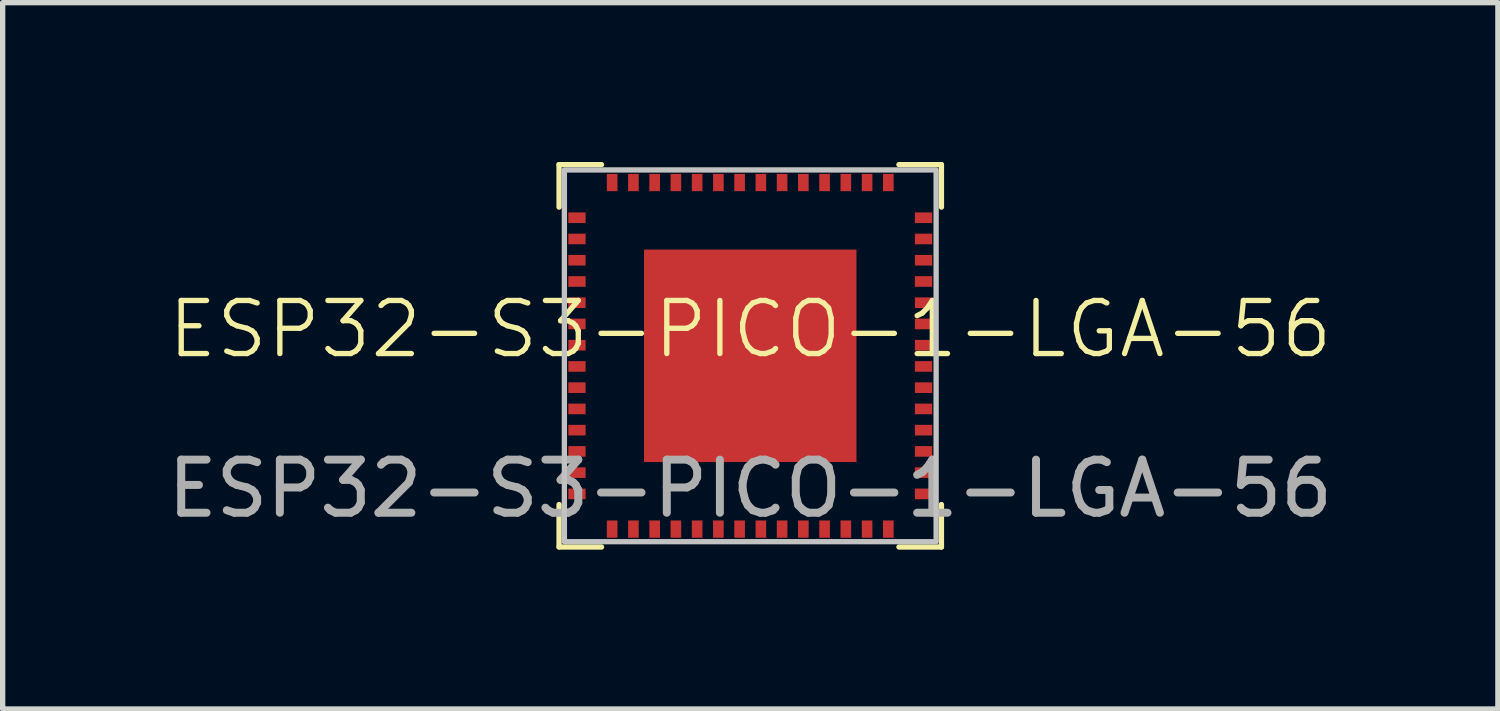
<source format=kicad_pcb>
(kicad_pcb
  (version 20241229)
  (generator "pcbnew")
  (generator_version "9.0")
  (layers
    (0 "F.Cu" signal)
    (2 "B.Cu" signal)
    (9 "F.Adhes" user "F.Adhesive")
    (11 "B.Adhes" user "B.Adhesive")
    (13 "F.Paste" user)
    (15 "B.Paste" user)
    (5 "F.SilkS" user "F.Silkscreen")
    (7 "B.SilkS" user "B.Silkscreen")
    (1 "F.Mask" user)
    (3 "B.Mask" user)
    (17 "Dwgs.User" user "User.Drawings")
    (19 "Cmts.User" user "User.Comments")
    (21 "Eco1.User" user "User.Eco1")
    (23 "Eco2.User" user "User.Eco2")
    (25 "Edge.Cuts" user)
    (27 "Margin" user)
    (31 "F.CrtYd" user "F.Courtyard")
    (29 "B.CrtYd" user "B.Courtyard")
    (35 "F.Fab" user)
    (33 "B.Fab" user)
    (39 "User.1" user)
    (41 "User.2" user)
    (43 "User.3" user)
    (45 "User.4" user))
  (footprint "ESP32-S3-PICO-1-LGA-56"
    (layer "F.Cu")
    (at 11.077 3.65)
    (property "Reference" "ESP32-S3-PICO-1-LGA-56" (at 0 -0.5 0) (unlocked yes) (layer "F.SilkS") (effects (font (size 1 1) (thickness 0.1))))
    (attr smd)
    (fp_line (start -3.6 -3.6) (end -3.6 -2.8) (stroke (width 0.1) (type default)) (layer "F.SilkS"))
    (fp_line (start -3.6 -3.6) (end -2.8 -3.6) (stroke (width 0.1) (type default)) (layer "F.SilkS"))
    (fp_line (start -3.6 3.6) (end -3.6 2.8) (stroke (width 0.1) (type default)) (layer "F.SilkS"))
    (fp_line (start -3.6 3.6) (end -2.8 3.6) (stroke (width 0.1) (type default)) (layer "F.SilkS"))
    (fp_line (start 3.6 -3.6) (end 2.8 -3.6) (stroke (width 0.1) (type default)) (layer "F.SilkS"))
    (fp_line (start 3.6 -3.6) (end 3.6 -2.8) (stroke (width 0.1) (type default)) (layer "F.SilkS"))
    (fp_line (start 3.6 3.6) (end 2.8 3.6) (stroke (width 0.1) (type default)) (layer "F.SilkS"))
    (fp_line (start 3.6 3.6) (end 3.6 2.8) (stroke (width 0.1) (type default)) (layer "F.SilkS"))
    (fp_rect (start -3.5 3.5) (end 3.5 -3.5) (stroke (width 0.1) (type default)) (fill no) (layer "Dwgs.User"))
    (fp_text user "${REFERENCE}" (at 0 2.5 0) (unlocked yes) (layer "F.Fab") (effects (font (size 1 1) (thickness 0.15))))
    (pad "1" smd rect (at -3.263 -2.6) (size 0.325 0.2) (layers "F.Cu" "F.Mask" "F.Paste"))
    (pad "2" smd rect (at -3.263 -2.2) (size 0.325 0.2) (layers "F.Cu" "F.Mask" "F.Paste"))
    (pad "3" smd rect (at -3.263 -1.4) (size 0.325 0.2) (layers "F.Cu" "F.Mask" "F.Paste"))
    (pad "4" smd rect (at -3.263 -1.8) (size 0.325 0.2) (layers "F.Cu" "F.Mask" "F.Paste"))
    (pad "5" smd rect (at -3.263 -1) (size 0.325 0.2) (layers "F.Cu" "F.Mask" "F.Paste"))
    (pad "6" smd rect (at -3.263 -0.6) (size 0.325 0.2) (layers "F.Cu" "F.Mask" "F.Paste"))
    (pad "7" smd rect (at -3.263 -0.2) (size 0.325 0.2) (layers "F.Cu" "F.Mask" "F.Paste"))
    (pad "8" smd rect (at -3.263 0.2) (size 0.325 0.2) (layers "F.Cu" "F.Mask" "F.Paste"))
    (pad "9" smd rect (at -3.263 0.6) (size 0.325 0.2) (layers "F.Cu" "F.Mask" "F.Paste"))
    (pad "10" smd rect (at -3.263 1) (size 0.325 0.2) (layers "F.Cu" "F.Mask" "F.Paste"))
    (pad "11" smd rect (at -3.263 1.4) (size 0.325 0.2) (layers "F.Cu" "F.Mask" "F.Paste"))
    (pad "12" smd rect (at -3.263 1.8) (size 0.325 0.2) (layers "F.Cu" "F.Mask" "F.Paste"))
    (pad "13" smd rect (at -3.263 2.2) (size 0.325 0.2) (layers "F.Cu" "F.Mask" "F.Paste"))
    (pad "14" smd rect (at -3.263 2.6) (size 0.325 0.2) (layers "F.Cu" "F.Mask" "F.Paste"))
    (pad "15" smd rect (at -2.2 3.263 90) (size 0.325 0.2) (layers "F.Cu" "F.Mask" "F.Paste"))
    (pad "16" smd rect (at -2.6 3.263 90) (size 0.325 0.2) (layers "F.Cu" "F.Mask" "F.Paste"))
    (pad "17" smd rect (at -1.8 3.263 90) (size 0.325 0.2) (layers "F.Cu" "F.Mask" "F.Paste"))
    (pad "18" smd rect (at -1.4 3.263 90) (size 0.325 0.2) (layers "F.Cu" "F.Mask" "F.Paste"))
    (pad "19" smd rect (at -1 3.263 90) (size 0.325 0.2) (layers "F.Cu" "F.Mask" "F.Paste"))
    (pad "20" smd rect (at -0.6 3.263 90) (size 0.325 0.2) (layers "F.Cu" "F.Mask" "F.Paste"))
    (pad "21" smd rect (at -0.2 3.263 90) (size 0.325 0.2) (layers "F.Cu" "F.Mask" "F.Paste"))
    (pad "22" smd rect (at 0.2 3.263 90) (size 0.325 0.2) (layers "F.Cu" "F.Mask" "F.Paste"))
    (pad "23" smd rect (at 0.6 3.263 90) (size 0.325 0.2) (layers "F.Cu" "F.Mask" "F.Paste"))
    (pad "24" smd rect (at 1 3.263 90) (size 0.325 0.2) (layers "F.Cu" "F.Mask" "F.Paste"))
    (pad "25" smd rect (at 1.4 3.263 90) (size 0.325 0.2) (layers "F.Cu" "F.Mask" "F.Paste"))
    (pad "26" smd rect (at 1.8 3.263 90) (size 0.325 0.2) (layers "F.Cu" "F.Mask" "F.Paste"))
    (pad "27" smd rect (at 2.2 3.263 90) (size 0.325 0.2) (layers "F.Cu" "F.Mask" "F.Paste"))
    (pad "28" smd rect (at 2.6 3.263 90) (size 0.325 0.2) (layers "F.Cu" "F.Mask" "F.Paste"))
    (pad "29" smd rect (at 3.263 2.6) (size 0.325 0.2) (layers "F.Cu" "F.Mask" "F.Paste"))
    (pad "30" smd rect (at 3.263 2.2) (size 0.325 0.2) (layers "F.Cu" "F.Mask" "F.Paste"))
    (pad "31" smd rect (at 3.263 1.8) (size 0.325 0.2) (layers "F.Cu" "F.Mask" "F.Paste"))
    (pad "32" smd rect (at 3.263 1.4) (size 0.325 0.2) (layers "F.Cu" "F.Mask" "F.Paste"))
    (pad "33" smd rect (at 3.263 1) (size 0.325 0.2) (layers "F.Cu" "F.Mask" "F.Paste"))
    (pad "34" smd rect (at 3.263 0.6) (size 0.325 0.2) (layers "F.Cu" "F.Mask" "F.Paste"))
    (pad "35" smd rect (at 3.263 0.2) (size 0.325 0.2) (layers "F.Cu" "F.Mask" "F.Paste"))
    (pad "36" smd rect (at 3.263 -0.2) (size 0.325 0.2) (layers "F.Cu" "F.Mask" "F.Paste"))
    (pad "37" smd rect (at 3.263 -0.6) (size 0.325 0.2) (layers "F.Cu" "F.Mask" "F.Paste"))
    (pad "38" smd rect (at 3.263 -1) (size 0.325 0.2) (layers "F.Cu" "F.Mask" "F.Paste"))
    (pad "39" smd rect (at 3.263 -1.4) (size 0.325 0.2) (layers "F.Cu" "F.Mask" "F.Paste"))
    (pad "40" smd rect (at 3.263 -1.8) (size 0.325 0.2) (layers "F.Cu" "F.Mask" "F.Paste"))
    (pad "41" smd rect (at 3.263 -2.2) (size 0.325 0.2) (layers "F.Cu" "F.Mask" "F.Paste"))
    (pad "42" smd rect (at 3.263 -2.6) (size 0.325 0.2) (layers "F.Cu" "F.Mask" "F.Paste"))
    (pad "43" smd rect (at 2.6 -3.263 90) (size 0.325 0.2) (layers "F.Cu" "F.Mask" "F.Paste"))
    (pad "44" smd rect (at 2.2 -3.263 90) (size 0.325 0.2) (layers "F.Cu" "F.Mask" "F.Paste"))
    (pad "45" smd rect (at 1.8 -3.263 90) (size 0.325 0.2) (layers "F.Cu" "F.Mask" "F.Paste"))
    (pad "46" smd rect (at 1.4 -3.263 90) (size 0.325 0.2) (layers "F.Cu" "F.Mask" "F.Paste"))
    (pad "47" smd rect (at 1 -3.263 90) (size 0.325 0.2) (layers "F.Cu" "F.Mask" "F.Paste"))
    (pad "48" smd rect (at 0.6 -3.263 90) (size 0.325 0.2) (layers "F.Cu" "F.Mask" "F.Paste"))
    (pad "49" smd rect (at 0.2 -3.263 90) (size 0.325 0.2) (layers "F.Cu" "F.Mask" "F.Paste"))
    (pad "50" smd rect (at -0.2 -3.263 90) (size 0.325 0.2) (layers "F.Cu" "F.Mask" "F.Paste"))
    (pad "51" smd rect (at -0.6 -3.263 90) (size 0.325 0.2) (layers "F.Cu" "F.Mask" "F.Paste"))
    (pad "52" smd rect (at -1.4 -3.263 90) (size 0.325 0.2) (layers "F.Cu" "F.Mask" "F.Paste"))
    (pad "53" smd rect (at -1 -3.263 90) (size 0.325 0.2) (layers "F.Cu" "F.Mask" "F.Paste"))
    (pad "54" smd rect (at -1.8 -3.263 90) (size 0.325 0.2) (layers "F.Cu" "F.Mask" "F.Paste"))
    (pad "55" smd rect (at -2.2 -3.263 90) (size 0.325 0.2) (layers "F.Cu" "F.Mask" "F.Paste"))
    (pad "56" smd rect (at -2.6 -3.263 90) (size 0.325 0.2) (layers "F.Cu" "F.Mask" "F.Paste"))
    (pad "57" smd rect (at 0 0) (size 4 4) (layers "F.Cu" "F.Mask" "F.Paste")))
  (gr_rect
    (start -3 -3)
    (end 25.155 10.3)
    (stroke (width 0.1) (type default))
    (fill no)
    (layer "Edge.Cuts")))
</source>
